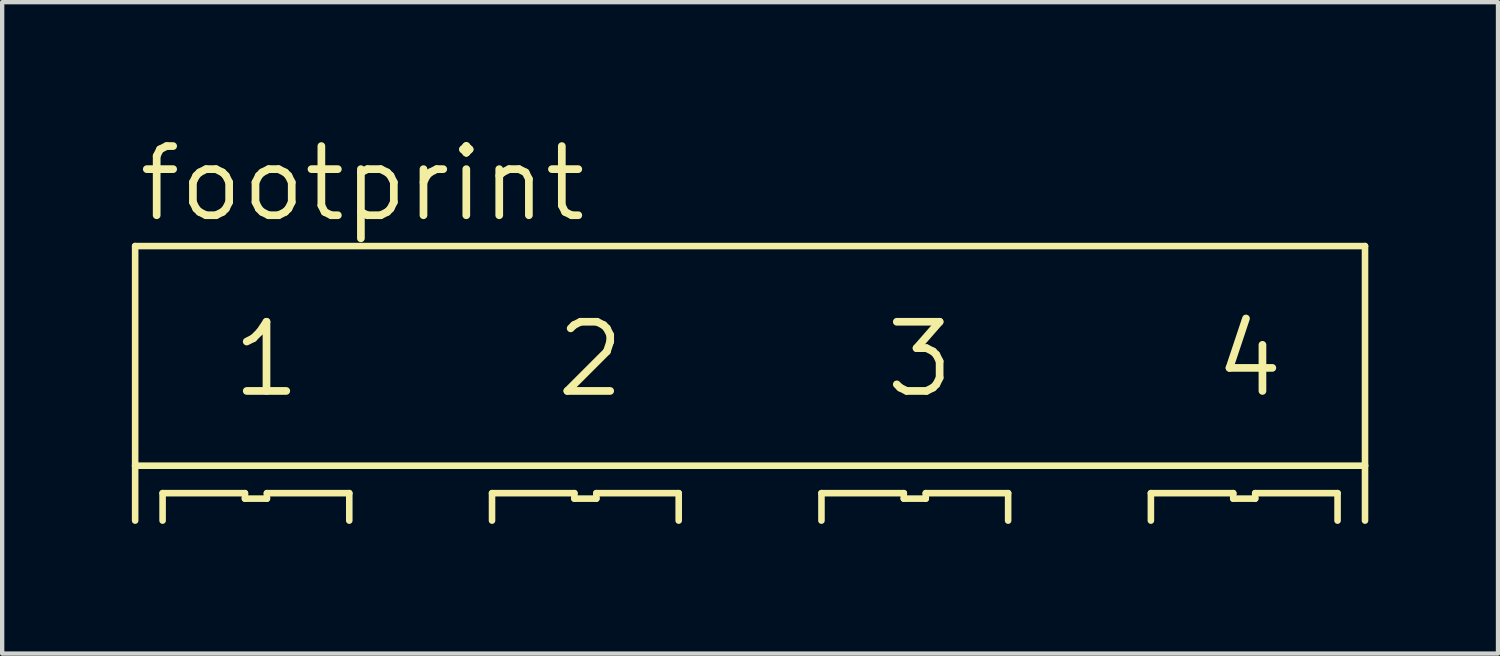
<source format=kicad_pcb>
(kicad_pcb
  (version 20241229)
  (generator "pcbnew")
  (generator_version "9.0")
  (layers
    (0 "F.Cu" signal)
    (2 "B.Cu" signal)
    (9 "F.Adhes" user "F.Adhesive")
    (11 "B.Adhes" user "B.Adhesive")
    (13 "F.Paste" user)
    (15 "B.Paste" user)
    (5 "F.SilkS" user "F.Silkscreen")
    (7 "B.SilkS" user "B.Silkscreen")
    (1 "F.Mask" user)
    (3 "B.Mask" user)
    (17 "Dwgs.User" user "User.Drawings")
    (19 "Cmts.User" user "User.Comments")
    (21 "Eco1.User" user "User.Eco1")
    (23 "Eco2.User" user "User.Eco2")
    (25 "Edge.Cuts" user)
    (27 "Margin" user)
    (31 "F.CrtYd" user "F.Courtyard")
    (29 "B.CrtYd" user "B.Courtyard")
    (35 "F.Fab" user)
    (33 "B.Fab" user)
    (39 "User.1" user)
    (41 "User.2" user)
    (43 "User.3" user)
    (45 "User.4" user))
  (footprint "footprint"
    (layer "F.Cu")
    (at 14.3 6.198)
    (property "Reference" "footprint" (at -14.224 -4.064 0) (layer "F.SilkS") (effects (font (size 1.6 1.6) (thickness 0.178)) (justify left bottom)))
    (fp_line (start -14.224 -3.556) (end 14.224 -3.556) (stroke (width 0.152) (type solid)) (layer "F.SilkS"))
    (fp_line (start -14.224 1.524) (end -14.224 -3.556) (stroke (width 0.152) (type solid)) (layer "F.SilkS"))
    (fp_line (start -14.224 1.524) (end 14.224 1.524) (stroke (width 0.152) (type solid)) (layer "F.SilkS"))
    (fp_line (start -14.224 2.794) (end -14.224 1.524) (stroke (width 0.152) (type solid)) (layer "F.SilkS"))
    (fp_line (start -13.589 2.159) (end -13.589 2.794) (stroke (width 0.152) (type solid)) (layer "F.SilkS"))
    (fp_line (start -11.684 2.159) (end -13.589 2.159) (stroke (width 0.152) (type solid)) (layer "F.SilkS"))
    (fp_line (start -11.684 2.286) (end -11.684 2.159) (stroke (width 0.152) (type solid)) (layer "F.SilkS"))
    (fp_line (start -11.176 2.159) (end -11.176 2.286) (stroke (width 0.152) (type solid)) (layer "F.SilkS"))
    (fp_line (start -11.176 2.286) (end -11.684 2.286) (stroke (width 0.152) (type solid)) (layer "F.SilkS"))
    (fp_line (start -9.271 2.159) (end -11.176 2.159) (stroke (width 0.152) (type solid)) (layer "F.SilkS"))
    (fp_line (start -9.271 2.794) (end -9.271 2.159) (stroke (width 0.152) (type solid)) (layer "F.SilkS"))
    (fp_line (start -5.969 2.159) (end -5.969 2.794) (stroke (width 0.152) (type solid)) (layer "F.SilkS"))
    (fp_line (start -4.064 2.159) (end -5.969 2.159) (stroke (width 0.152) (type solid)) (layer "F.SilkS"))
    (fp_line (start -4.064 2.286) (end -4.064 2.159) (stroke (width 0.152) (type solid)) (layer "F.SilkS"))
    (fp_line (start -3.556 2.159) (end -3.556 2.286) (stroke (width 0.152) (type solid)) (layer "F.SilkS"))
    (fp_line (start -3.556 2.286) (end -4.064 2.286) (stroke (width 0.152) (type solid)) (layer "F.SilkS"))
    (fp_line (start -1.651 2.159) (end -3.556 2.159) (stroke (width 0.152) (type solid)) (layer "F.SilkS"))
    (fp_line (start -1.651 2.794) (end -1.651 2.159) (stroke (width 0.152) (type solid)) (layer "F.SilkS"))
    (fp_line (start 1.651 2.159) (end 1.651 2.794) (stroke (width 0.152) (type solid)) (layer "F.SilkS"))
    (fp_line (start 3.556 2.159) (end 1.651 2.159) (stroke (width 0.152) (type solid)) (layer "F.SilkS"))
    (fp_line (start 3.556 2.286) (end 3.556 2.159) (stroke (width 0.152) (type solid)) (layer "F.SilkS"))
    (fp_line (start 4.064 2.159) (end 4.064 2.286) (stroke (width 0.152) (type solid)) (layer "F.SilkS"))
    (fp_line (start 4.064 2.286) (end 3.556 2.286) (stroke (width 0.152) (type solid)) (layer "F.SilkS"))
    (fp_line (start 5.969 2.159) (end 4.064 2.159) (stroke (width 0.152) (type solid)) (layer "F.SilkS"))
    (fp_line (start 5.969 2.794) (end 5.969 2.159) (stroke (width 0.152) (type solid)) (layer "F.SilkS"))
    (fp_line (start 9.271 2.159) (end 9.271 2.794) (stroke (width 0.152) (type solid)) (layer "F.SilkS"))
    (fp_line (start 11.176 2.159) (end 9.271 2.159) (stroke (width 0.152) (type solid)) (layer "F.SilkS"))
    (fp_line (start 11.176 2.286) (end 11.176 2.159) (stroke (width 0.152) (type solid)) (layer "F.SilkS"))
    (fp_line (start 11.684 2.159) (end 11.684 2.286) (stroke (width 0.152) (type solid)) (layer "F.SilkS"))
    (fp_line (start 11.684 2.286) (end 11.176 2.286) (stroke (width 0.152) (type solid)) (layer "F.SilkS"))
    (fp_line (start 13.589 2.159) (end 11.684 2.159) (stroke (width 0.152) (type solid)) (layer "F.SilkS"))
    (fp_line (start 13.589 2.794) (end 13.589 2.159) (stroke (width 0.152) (type solid)) (layer "F.SilkS"))
    (fp_line (start 14.224 -3.556) (end 14.224 1.524) (stroke (width 0.152) (type solid)) (layer "F.SilkS"))
    (fp_line (start 14.224 1.524) (end 14.224 2.794) (stroke (width 0.152) (type solid)) (layer "F.SilkS"))
    (fp_text user "2" (at -4.572 0 0) (layer "F.SilkS") (effects (font (size 1.6 1.6) (thickness 0.178)) (justify left bottom)))
    (fp_text user "1" (at -12.065 0 0) (layer "F.SilkS") (effects (font (size 1.6 1.6) (thickness 0.178)) (justify left bottom)))
    (fp_text user "4" (at 10.668 0 0) (layer "F.SilkS") (effects (font (size 1.6 1.6) (thickness 0.178)) (justify left bottom)))
    (fp_text user "3" (at 3.048 0 0) (layer "F.SilkS") (effects (font (size 1.6 1.6) (thickness 0.178)) (justify left bottom))))
  (gr_rect
    (start -3 -3)
    (end 31.6 12.068)
    (stroke (width 0.1) (type default))
    (fill no)
    (layer "Edge.Cuts")))
</source>
